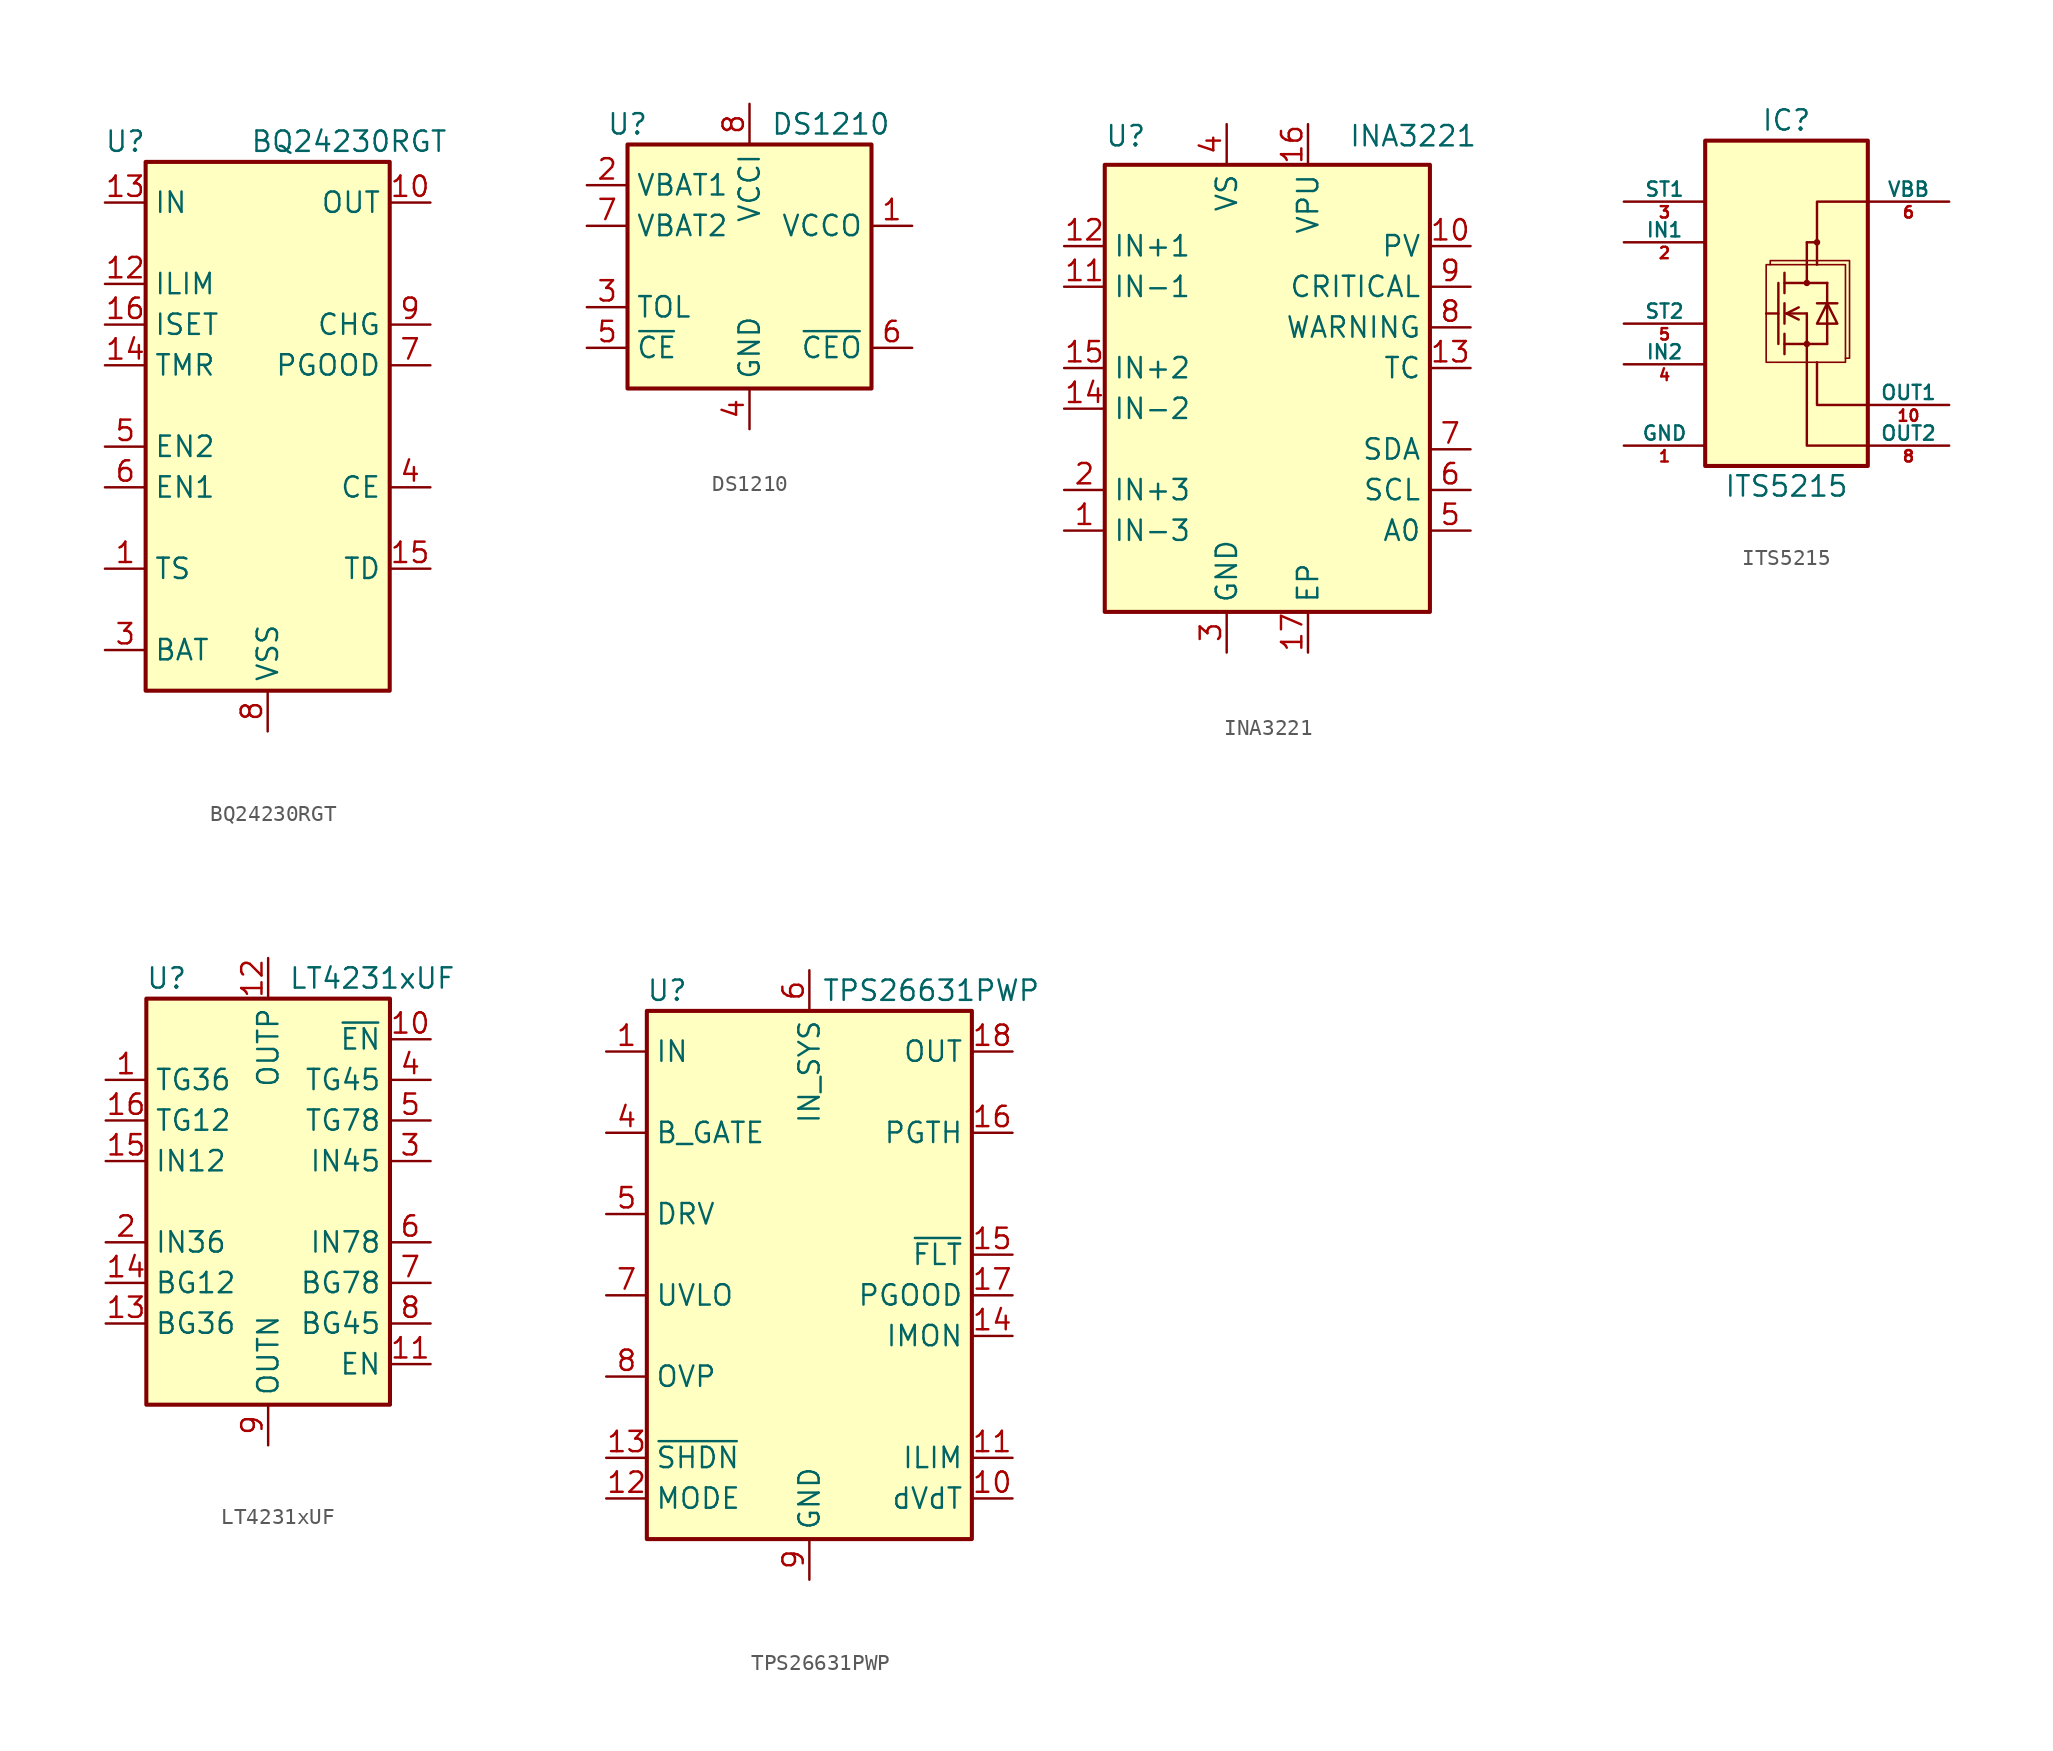
<source format=kicad_sym>
(kicad_symbol_lib
  (version 20201005)
  (generator kicad_symbol_editor)
  (symbol "BQ24230RGT"
    (property "Reference" "U"
      (at -8.89 19.05 0)
      (effects (font (size 1.27 1.27))))
    (property "Value" "BQ24230RGT"
      (at 5.08 19.05 0)
      (effects (font (size 1.27 1.27))))
    (symbol "BQ24230RGT_0_1"
      (rectangle (start -7.62 17.78) (end 7.62 -15.24) (stroke (width 0.254)) (fill (type background))))
    (symbol "BQ24230RGT_1_1"
      (pin passive line (at -10.16 -7.62 0) (length 2.54) (name "TS" (effects (font (size 1.27 1.27)))) (number "1" (effects (font (size 1.27 1.27)))))
      (pin power_out line (at 10.16 15.24 180) (length 2.54) (name "OUT" (effects (font (size 1.27 1.27)))) (number "10" (effects (font (size 1.27 1.27)))))
      (pin passive line (at 10.16 15.24 180) (length 2.54) hide (name "OUT" (effects (font (size 1.27 1.27)))) (number "11" (effects (font (size 1.27 1.27)))))
      (pin passive line (at -10.16 10.16 0) (length 2.54) (name "ILIM" (effects (font (size 1.27 1.27)))) (number "12" (effects (font (size 1.27 1.27)))))
      (pin power_in line (at -10.16 15.24 0) (length 2.54) (name "IN" (effects (font (size 1.27 1.27)))) (number "13" (effects (font (size 1.27 1.27)))))
      (pin passive line (at -10.16 5.08 0) (length 2.54) (name "TMR" (effects (font (size 1.27 1.27)))) (number "14" (effects (font (size 1.27 1.27)))))
      (pin input line (at 10.16 -7.62 180) (length 2.54) (name "TD" (effects (font (size 1.27 1.27)))) (number "15" (effects (font (size 1.27 1.27)))))
      (pin passive line (at -10.16 7.62 0) (length 2.54) (name "ISET" (effects (font (size 1.27 1.27)))) (number "16" (effects (font (size 1.27 1.27)))))
      (pin passive line (at 0 -17.78 90) (length 2.54) hide (name "VSS" (effects (font (size 1.27 1.27)))) (number "17" (effects (font (size 1.27 1.27)))))
      (pin bidirectional line (at -10.16 -12.7 0) (length 2.54) hide (name "BAT" (effects (font (size 1.27 1.27)))) (number "2" (effects (font (size 1.27 1.27)))))
      (pin bidirectional line (at -10.16 -12.7 0) (length 2.54) (name "BAT" (effects (font (size 1.27 1.27)))) (number "3" (effects (font (size 1.27 1.27)))))
      (pin input line (at 10.16 -2.54 180) (length 2.54) (name "CE" (effects (font (size 1.27 1.27)))) (number "4" (effects (font (size 1.27 1.27)))))
      (pin input line (at -10.16 0 0) (length 2.54) (name "EN2" (effects (font (size 1.27 1.27)))) (number "5" (effects (font (size 1.27 1.27)))))
      (pin input line (at -10.16 -2.54 0) (length 2.54) (name "EN1" (effects (font (size 1.27 1.27)))) (number "6" (effects (font (size 1.27 1.27)))))
      (pin open_collector line (at 10.16 5.08 180) (length 2.54) (name "PGOOD" (effects (font (size 1.27 1.27)))) (number "7" (effects (font (size 1.27 1.27)))))
      (pin power_in line (at 0 -17.78 90) (length 2.54) (name "VSS" (effects (font (size 1.27 1.27)))) (number "8" (effects (font (size 1.27 1.27)))))
      (pin open_collector line (at 10.16 7.62 180) (length 2.54) (name "CHG" (effects (font (size 1.27 1.27)))) (number "9" (effects (font (size 1.27 1.27)))))))
  (symbol "DS1210"
    (property "Reference" "U"
      (at -7.62 8.89 0)
      (effects (font (size 1.27 1.27))))
    (property "Value" "DS1210"
      (at 5.08 8.89 0)
      (effects (font (size 1.27 1.27))))
    (symbol "DS1210_0_1"
      (rectangle (start -7.62 7.62) (end 7.62 -7.62) (stroke (width 0.254)) (fill (type background))))
    (symbol "DS1210_1_1"
      (pin power_out line (at 10.16 2.54 180) (length 2.54) (name "VCCO" (effects (font (size 1.27 1.27)))) (number "1" (effects (font (size 1.27 1.27)))))
      (pin power_in line (at -10.16 5.08 0) (length 2.54) (name "VBAT1" (effects (font (size 1.27 1.27)))) (number "2" (effects (font (size 1.27 1.27)))))
      (pin input line (at -10.16 -2.54 0) (length 2.54) (name "TOL" (effects (font (size 1.27 1.27)))) (number "3" (effects (font (size 1.27 1.27)))))
      (pin power_in line (at 0 -10.16 90) (length 2.54) (name "GND" (effects (font (size 1.27 1.27)))) (number "4" (effects (font (size 1.27 1.27)))))
      (pin input line (at -10.16 -5.08 0) (length 2.54) (name "~CE" (effects (font (size 1.27 1.27)))) (number "5" (effects (font (size 1.27 1.27)))))
      (pin output line (at 10.16 -5.08 180) (length 2.54) (name "~CEO" (effects (font (size 1.27 1.27)))) (number "6" (effects (font (size 1.27 1.27)))))
      (pin power_in line (at -10.16 2.54 0) (length 2.54) (name "VBAT2" (effects (font (size 1.27 1.27)))) (number "7" (effects (font (size 1.27 1.27)))))
      (pin power_in line (at 0 10.16 270) (length 2.54) (name "VCCI" (effects (font (size 1.27 1.27)))) (number "8" (effects (font (size 1.27 1.27)))))))
  (symbol "INA3221"
    (property "Reference" "U"
      (at -10.16 17.78 0)
      (effects (font (size 1.27 1.27)) (justify left top)))
    (property "Value" "INA3221"
      (at 5.08 17.78 0)
      (effects (font (size 1.27 1.27)) (justify left top)))
    (symbol "INA3221_0_1"
      (rectangle (start 10.16 -12.7) (end -10.16 15.24) (stroke (width 0.254)) (fill (type background))))
    (symbol "INA3221_1_1"
      (pin input line (at -12.7 -7.62 0) (length 2.54) (name "IN-3" (effects (font (size 1.27 1.27)))) (number "1" (effects (font (size 1.27 1.27)))))
      (pin open_collector line (at 12.7 10.16 180) (length 2.54) (name "PV" (effects (font (size 1.27 1.27)))) (number "10" (effects (font (size 1.27 1.27)))))
      (pin input line (at -12.7 7.62 0) (length 2.54) (name "IN-1" (effects (font (size 1.27 1.27)))) (number "11" (effects (font (size 1.27 1.27)))))
      (pin input line (at -12.7 10.16 0) (length 2.54) (name "IN+1" (effects (font (size 1.27 1.27)))) (number "12" (effects (font (size 1.27 1.27)))))
      (pin open_collector line (at 12.7 2.54 180) (length 2.54) (name "TC" (effects (font (size 1.27 1.27)))) (number "13" (effects (font (size 1.27 1.27)))))
      (pin input line (at -12.7 0 0) (length 2.54) (name "IN-2" (effects (font (size 1.27 1.27)))) (number "14" (effects (font (size 1.27 1.27)))))
      (pin input line (at -12.7 2.54 0) (length 2.54) (name "IN+2" (effects (font (size 1.27 1.27)))) (number "15" (effects (font (size 1.27 1.27)))))
      (pin power_in line (at 2.54 17.78 270) (length 2.54) (name "VPU" (effects (font (size 1.27 1.27)))) (number "16" (effects (font (size 1.27 1.27)))))
      (pin passive line (at 2.54 -15.24 90) (length 2.54) (name "EP" (effects (font (size 1.27 1.27)))) (number "17" (effects (font (size 1.27 1.27)))))
      (pin input line (at -12.7 -5.08 0) (length 2.54) (name "IN+3" (effects (font (size 1.27 1.27)))) (number "2" (effects (font (size 1.27 1.27)))))
      (pin power_in line (at -2.54 -15.24 90) (length 2.54) (name "GND" (effects (font (size 1.27 1.27)))) (number "3" (effects (font (size 1.27 1.27)))))
      (pin power_in line (at -2.54 17.78 270) (length 2.54) (name "VS" (effects (font (size 1.27 1.27)))) (number "4" (effects (font (size 1.27 1.27)))))
      (pin input line (at 12.7 -7.62 180) (length 2.54) (name "A0" (effects (font (size 1.27 1.27)))) (number "5" (effects (font (size 1.27 1.27)))))
      (pin input line (at 12.7 -5.08 180) (length 2.54) (name "SCL" (effects (font (size 1.27 1.27)))) (number "6" (effects (font (size 1.27 1.27)))))
      (pin bidirectional line (at 12.7 -2.54 180) (length 2.54) (name "SDA" (effects (font (size 1.27 1.27)))) (number "7" (effects (font (size 1.27 1.27)))))
      (pin open_collector line (at 12.7 5.08 180) (length 2.54) (name "WARNING" (effects (font (size 1.27 1.27)))) (number "8" (effects (font (size 1.27 1.27)))))
      (pin open_collector line (at 12.7 7.62 180) (length 2.54) (name "CRITICAL" (effects (font (size 1.27 1.27)))) (number "9" (effects (font (size 1.27 1.27)))))))
  (symbol "ITS5215"
    (pin_names
      (offset 0))
    (property "Reference" "IC"
      (at 0 12.7 0)
      (effects (font (size 1.27 1.27))))
    (property "Value" "ITS5215"
      (at 0 -10.16 0)
      (effects (font (size 1.27 1.27))))
    (symbol "ITS5215_0_1"
      (circle (center 1.27 -1.27) (radius 0.127) (stroke (width 0.152)) (fill (type none)))
      (circle (center 1.27 2.54) (radius 0.127) (stroke (width 0.152)) (fill (type none)))
      (circle (center 1.905 5.08) (radius 0.127) (stroke (width 0.152)) (fill (type none)))
      (rectangle (start -1.27 3.683) (end 3.683 -2.413) (stroke (width 0.102)) (fill (type none)))
      (rectangle (start -5.08 11.43) (end 5.08 -8.89) (stroke (width 0.254)) (fill (type background)))
      (polyline (pts (xy -1.27 0.635) (xy -0.508 0.635)) (stroke (width 0.152)) (fill (type none)))
      (polyline (pts (xy -0.508 2.54) (xy -0.508 -1.27)) (stroke (width 0.152)) (fill (type none)))
      (polyline (pts (xy -0.127 -1.27) (xy 2.54 -1.27)) (stroke (width 0.152)) (fill (type none)))
      (polyline (pts (xy -0.127 -0.635) (xy -0.127 -1.905)) (stroke (width 0.152)) (fill (type none)))
      (polyline (pts (xy -0.127 1.27) (xy -0.127 0)) (stroke (width 0.152)) (fill (type none)))
      (polyline (pts (xy -0.127 3.175) (xy -0.127 1.905)) (stroke (width 0.152)) (fill (type none)))
      (polyline (pts (xy 0 0.635) (xy 0.762 0.254)) (stroke (width 0.152)) (fill (type none)))
      (polyline (pts (xy 0 0.635) (xy 0.762 1.016)) (stroke (width 0.152)) (fill (type none)))
      (polyline (pts (xy 0 0.635) (xy 1.27 0.635)) (stroke (width 0.152)) (fill (type none)))
      (polyline (pts (xy 1.27 2.54) (xy 1.27 5.08)) (stroke (width 0)) (fill (type none)))
      (polyline (pts (xy 1.905 1.27) (xy 3.175 1.27)) (stroke (width 0.152)) (fill (type none)))
      (polyline (pts (xy 2.54 2.54) (xy -0.127 2.54)) (stroke (width 0.152)) (fill (type none)))
      (polyline (pts (xy 2.54 2.54) (xy 2.54 -1.27)) (stroke (width 0.152)) (fill (type none)))
      (polyline (pts (xy 2.54 2.54) (xy 2.54 2.54)) (stroke (width 0)) (fill (type none)))
      (polyline (pts (xy 1.27 0.635) (xy 1.27 0) (xy 1.27 -1.27)) (stroke (width 0.152)) (fill (type none)))
      (polyline (pts (xy 1.27 5.08) (xy 1.905 5.08) (xy 1.905 3.683)) (stroke (width 0.152)) (fill (type none)))
      (polyline (pts (xy 1.905 -2.413) (xy 1.905 -5.08) (xy 5.08 -5.08)) (stroke (width 0.152)) (fill (type none)))
      (polyline (pts (xy 5.08 -7.62) (xy 1.27 -7.62) (xy 1.27 -1.27)) (stroke (width 0.152)) (fill (type none)))
      (polyline (pts (xy 5.08 7.62) (xy 1.905 7.62) (xy 1.905 5.08)) (stroke (width 0.152)) (fill (type none)))
      (polyline (pts (xy 2.54 1.27) (xy 1.905 0) (xy 3.175 0) (xy 2.54 1.27)) (stroke (width 0.152)) (fill (type none)))
      (polyline (pts (xy -1.016 3.683) (xy -1.016 3.937) (xy 3.937 3.937) (xy 3.937 -2.159) (xy 3.683 -2.159)) (stroke (width 0.102)) (fill (type none))))
    (symbol "ITS5215_1_1"
      (pin power_in line (at -10.16 -7.62 0) (length 5.08) (name "GND" (effects (font (size 0.889 0.889)))) (number "1" (effects (font (size 0.711 0.711)))))
      (pin open_emitter line (at 10.16 -5.08 180) (length 5.08) (name "OUT1" (effects (font (size 0.889 0.889)))) (number "10" (effects (font (size 0.711 0.711)))))
      (pin no_connect line (at 5.08 -2.54 180) (length 5.08) hide (name "NC" (effects (font (size 0.889 0.889)))) (number "11" (effects (font (size 0.711 0.711)))))
      (pin passive line (at 10.16 7.62 180) (length 5.08) hide (name "VBB" (effects (font (size 0.889 0.889)))) (number "12" (effects (font (size 0.711 0.711)))))
      (pin passive line (at 10.16 7.62 180) (length 5.08) hide (name "VBB" (effects (font (size 0.889 0.889)))) (number "13" (effects (font (size 0.711 0.711)))))
      (pin input line (at -10.16 5.08 0) (length 5.08) (name "IN1" (effects (font (size 0.889 0.889)))) (number "2" (effects (font (size 0.711 0.711)))))
      (pin open_collector line (at -10.16 7.62 0) (length 5.08) (name "ST1" (effects (font (size 0.889 0.889)))) (number "3" (effects (font (size 0.711 0.711)))))
      (pin input line (at -10.16 -2.54 0) (length 5.08) (name "IN2" (effects (font (size 0.889 0.889)))) (number "4" (effects (font (size 0.711 0.711)))))
      (pin open_collector line (at -10.16 0 0) (length 5.08) (name "ST2" (effects (font (size 0.889 0.889)))) (number "5" (effects (font (size 0.711 0.711)))))
      (pin power_in line (at 10.16 7.62 180) (length 5.08) (name "VBB" (effects (font (size 0.889 0.889)))) (number "6" (effects (font (size 0.711 0.711)))))
      (pin no_connect line (at 5.08 2.54 180) (length 5.08) hide (name "NC" (effects (font (size 0.889 0.889)))) (number "7" (effects (font (size 0.711 0.711)))))
      (pin open_emitter line (at 10.16 -7.62 180) (length 5.08) (name "OUT2" (effects (font (size 0.889 0.889)))) (number "8" (effects (font (size 0.711 0.711)))))
      (pin no_connect line (at 5.08 0 180) (length 5.08) hide (name "NC" (effects (font (size 0.889 0.889)))) (number "9" (effects (font (size 0.711 0.711)))))))
  (symbol "LT4231xUF"
    (property "Reference" "U"
      (at -6.35 13.97 0)
      (effects (font (size 1.27 1.27))))
    (property "Value" "LT4231xUF"
      (at 1.27 13.97 0)
      (effects (font (size 1.27 1.27)) (justify left)))
    (symbol "LT4231xUF_0_1"
      (rectangle (start -7.62 12.7) (end 7.62 -12.7) (stroke (width 0.254)) (fill (type background))))
    (symbol "LT4231xUF_1_1"
      (pin output line (at -10.16 7.62 0) (length 2.54) (name "TG36" (effects (font (size 1.27 1.27)))) (number "1" (effects (font (size 1.27 1.27)))))
      (pin output line (at 10.16 10.16 180) (length 2.54) (name "~EN" (effects (font (size 1.27 1.27)))) (number "10" (effects (font (size 1.27 1.27)))))
      (pin output line (at 10.16 -10.16 180) (length 2.54) (name "EN" (effects (font (size 1.27 1.27)))) (number "11" (effects (font (size 1.27 1.27)))))
      (pin power_in line (at 0 15.24 270) (length 2.54) (name "OUTP" (effects (font (size 1.27 1.27)))) (number "12" (effects (font (size 1.27 1.27)))))
      (pin output line (at -10.16 -7.62 0) (length 2.54) (name "BG36" (effects (font (size 1.27 1.27)))) (number "13" (effects (font (size 1.27 1.27)))))
      (pin output line (at -10.16 -5.08 0) (length 2.54) (name "BG12" (effects (font (size 1.27 1.27)))) (number "14" (effects (font (size 1.27 1.27)))))
      (pin power_in line (at -10.16 2.54 0) (length 2.54) (name "IN12" (effects (font (size 1.27 1.27)))) (number "15" (effects (font (size 1.27 1.27)))))
      (pin output line (at -10.16 5.08 0) (length 2.54) (name "TG12" (effects (font (size 1.27 1.27)))) (number "16" (effects (font (size 1.27 1.27)))))
      (pin passive line (at 0 -15.24 90) (length 2.54) hide (name "OUTN" (effects (font (size 1.27 1.27)))) (number "17" (effects (font (size 1.27 1.27)))))
      (pin power_in line (at -10.16 -2.54 0) (length 2.54) (name "IN36" (effects (font (size 1.27 1.27)))) (number "2" (effects (font (size 1.27 1.27)))))
      (pin power_in line (at 10.16 2.54 180) (length 2.54) (name "IN45" (effects (font (size 1.27 1.27)))) (number "3" (effects (font (size 1.27 1.27)))))
      (pin output line (at 10.16 7.62 180) (length 2.54) (name "TG45" (effects (font (size 1.27 1.27)))) (number "4" (effects (font (size 1.27 1.27)))))
      (pin output line (at 10.16 5.08 180) (length 2.54) (name "TG78" (effects (font (size 1.27 1.27)))) (number "5" (effects (font (size 1.27 1.27)))))
      (pin power_in line (at 10.16 -2.54 180) (length 2.54) (name "IN78" (effects (font (size 1.27 1.27)))) (number "6" (effects (font (size 1.27 1.27)))))
      (pin output line (at 10.16 -5.08 180) (length 2.54) (name "BG78" (effects (font (size 1.27 1.27)))) (number "7" (effects (font (size 1.27 1.27)))))
      (pin output line (at 10.16 -7.62 180) (length 2.54) (name "BG45" (effects (font (size 1.27 1.27)))) (number "8" (effects (font (size 1.27 1.27)))))
      (pin power_in line (at 0 -15.24 90) (length 2.54) (name "OUTN" (effects (font (size 1.27 1.27)))) (number "9" (effects (font (size 1.27 1.27)))))))
  (symbol "TPS26631PWP"
    (property "Reference" "U"
      (at -8.89 16.51 0)
      (effects (font (size 1.27 1.27))))
    (property "Value" "TPS26631PWP"
      (at 7.62 16.51 0)
      (effects (font (size 1.27 1.27))))
    (symbol "TPS26631PWP_0_1"
      (rectangle (start -10.16 15.24) (end 10.16 -17.78) (stroke (width 0.254)) (fill (type background))))
    (symbol "TPS26631PWP_1_1"
      (pin power_in line (at -12.7 12.7 0) (length 2.54) (name "IN" (effects (font (size 1.27 1.27)))) (number "1" (effects (font (size 1.27 1.27)))))
      (pin passive line (at 12.7 -15.24 180) (length 2.54) (name "dVdT" (effects (font (size 1.27 1.27)))) (number "10" (effects (font (size 1.27 1.27)))))
      (pin passive line (at 12.7 -12.7 180) (length 2.54) (name "ILIM" (effects (font (size 1.27 1.27)))) (number "11" (effects (font (size 1.27 1.27)))))
      (pin input line (at -12.7 -15.24 0) (length 2.54) (name "MODE" (effects (font (size 1.27 1.27)))) (number "12" (effects (font (size 1.27 1.27)))))
      (pin input line (at -12.7 -12.7 0) (length 2.54) (name "~SHDN" (effects (font (size 1.27 1.27)))) (number "13" (effects (font (size 1.27 1.27)))))
      (pin output line (at 12.7 -5.08 180) (length 2.54) (name "IMON" (effects (font (size 1.27 1.27)))) (number "14" (effects (font (size 1.27 1.27)))))
      (pin open_collector line (at 12.7 0 180) (length 2.54) (name "~FLT" (effects (font (size 1.27 1.27)))) (number "15" (effects (font (size 1.27 1.27)))))
      (pin input line (at 12.7 7.62 180) (length 2.54) (name "PGTH" (effects (font (size 1.27 1.27)))) (number "16" (effects (font (size 1.27 1.27)))))
      (pin output line (at 12.7 -2.54 180) (length 2.54) (name "PGOOD" (effects (font (size 1.27 1.27)))) (number "17" (effects (font (size 1.27 1.27)))))
      (pin power_out line (at 12.7 12.7 180) (length 2.54) (name "OUT" (effects (font (size 1.27 1.27)))) (number "18" (effects (font (size 1.27 1.27)))))
      (pin passive line (at 12.7 12.7 180) (length 2.54) hide (name "OUT" (effects (font (size 1.27 1.27)))) (number "19" (effects (font (size 1.27 1.27)))))
      (pin passive line (at -12.7 12.7 0) (length 2.54) hide (name "IN" (effects (font (size 1.27 1.27)))) (number "2" (effects (font (size 1.27 1.27)))))
      (pin passive line (at 12.7 12.7 180) (length 2.54) hide (name "OUT" (effects (font (size 1.27 1.27)))) (number "20" (effects (font (size 1.27 1.27)))))
      (pin passive line (at 0 -20.32 90) (length 2.54) hide (name "GND" (effects (font (size 1.27 1.27)))) (number "21" (effects (font (size 1.27 1.27)))))
      (pin passive line (at -12.7 12.7 0) (length 2.54) hide (name "IN" (effects (font (size 1.27 1.27)))) (number "3" (effects (font (size 1.27 1.27)))))
      (pin output line (at -12.7 7.62 0) (length 2.54) (name "B_GATE" (effects (font (size 1.27 1.27)))) (number "4" (effects (font (size 1.27 1.27)))))
      (pin output line (at -12.7 2.54 0) (length 2.54) (name "DRV" (effects (font (size 1.27 1.27)))) (number "5" (effects (font (size 1.27 1.27)))))
      (pin power_in line (at 0 17.78 270) (length 2.54) (name "IN_SYS" (effects (font (size 1.27 1.27)))) (number "6" (effects (font (size 1.27 1.27)))))
      (pin input line (at -12.7 -2.54 0) (length 2.54) (name "UVLO" (effects (font (size 1.27 1.27)))) (number "7" (effects (font (size 1.27 1.27)))))
      (pin input line (at -12.7 -7.62 0) (length 2.54) (name "OVP" (effects (font (size 1.27 1.27)))) (number "8" (effects (font (size 1.27 1.27)))))
      (pin power_in line (at 0 -20.32 90) (length 2.54) (name "GND" (effects (font (size 1.27 1.27)))) (number "9" (effects (font (size 1.27 1.27))))))))
</source>
